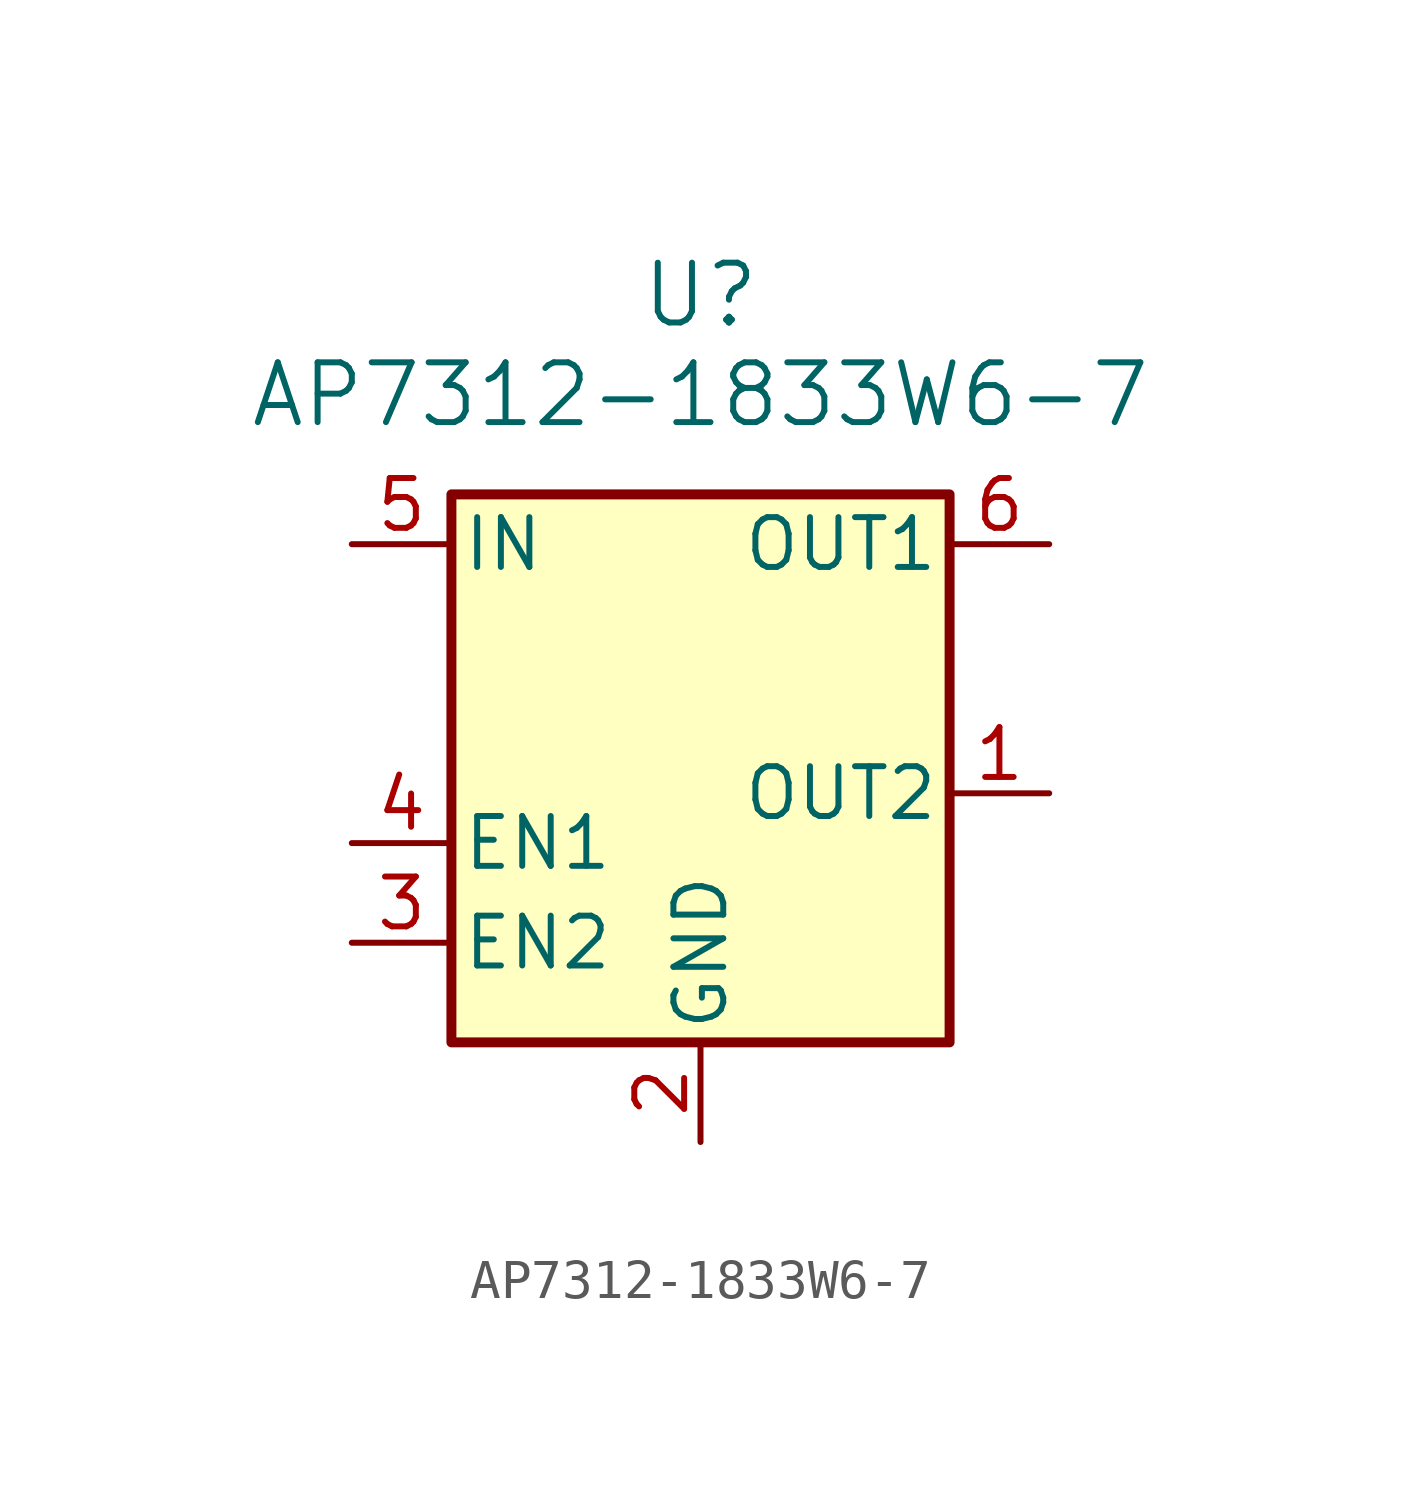
<source format=kicad_sym>
(kicad_symbol_lib
  (version 20220914)
  (generator kicad_symbol_editor)
  (symbol "AP7312-1833W6-7"
    (pin_names
      (offset 0.254))
    (property "Reference" "U"
      (at 30.48 10.16 0)
      (effects (font (size 1.524 1.524))))
    (property "Value" "AP7312-1833W6-7"
      (at 30.48 7.62 0)
      (effects (font (size 1.524 1.524))))
    (property "ki_locked" ""
      (at 0 0 0)
      (effects (font (size 1.27 1.27))))
    (symbol "AP7312-1833W6-7_1_1"
      (rectangle (start 24.13 5.08) (end 36.83 -8.89) (stroke (width 0.254) (type default)) (fill (type background)))
      (pin power_out line (at 39.37 -2.54 180) (length 2.54) (name "OUT2" (effects (font (size 1.27 1.27)))) (number "1" (effects (font (size 1.27 1.27)))))
      (pin power_in line (at 30.48 -11.43 90) (length 2.54) (name "GND" (effects (font (size 1.27 1.27)))) (number "2" (effects (font (size 1.27 1.27)))))
      (pin input line (at 21.59 -6.35 0) (length 2.54) (name "EN2" (effects (font (size 1.27 1.27)))) (number "3" (effects (font (size 1.27 1.27)))))
      (pin input line (at 21.59 -3.81 0) (length 2.54) (name "EN1" (effects (font (size 1.27 1.27)))) (number "4" (effects (font (size 1.27 1.27)))))
      (pin power_in line (at 21.59 3.81 0) (length 2.54) (name "IN" (effects (font (size 1.27 1.27)))) (number "5" (effects (font (size 1.27 1.27)))))
      (pin power_out line (at 39.37 3.81 180) (length 2.54) (name "OUT1" (effects (font (size 1.27 1.27)))) (number "6" (effects (font (size 1.27 1.27))))))))
</source>
